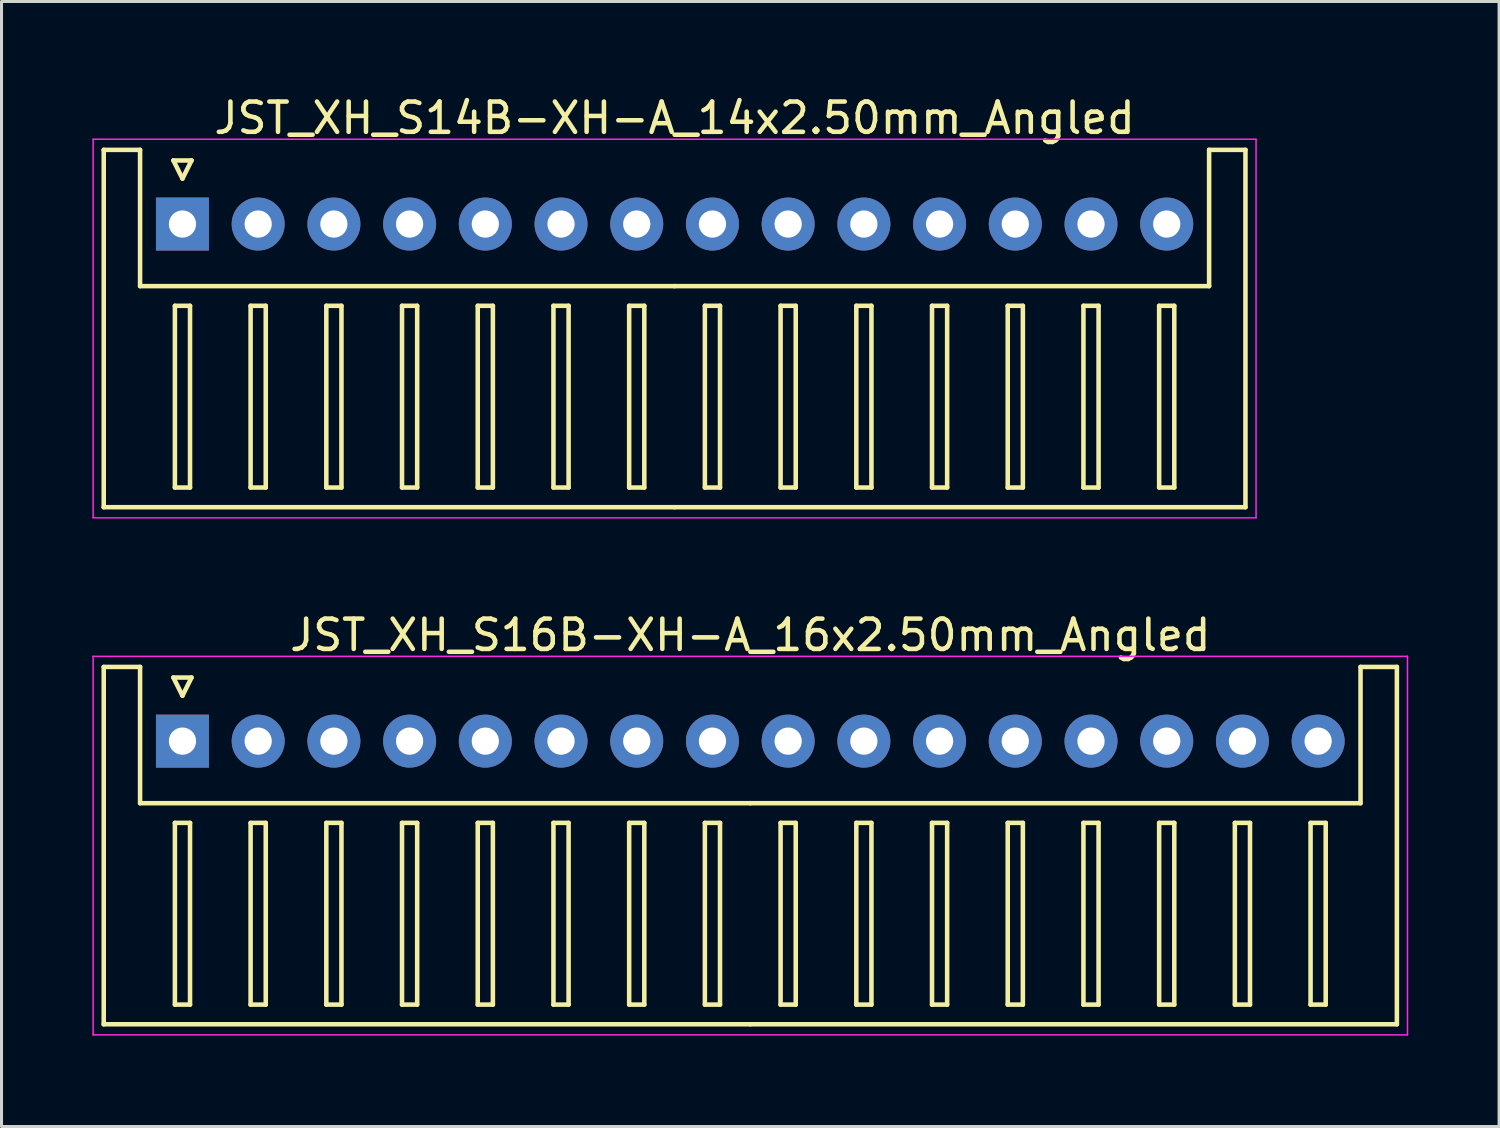
<source format=kicad_pcb>
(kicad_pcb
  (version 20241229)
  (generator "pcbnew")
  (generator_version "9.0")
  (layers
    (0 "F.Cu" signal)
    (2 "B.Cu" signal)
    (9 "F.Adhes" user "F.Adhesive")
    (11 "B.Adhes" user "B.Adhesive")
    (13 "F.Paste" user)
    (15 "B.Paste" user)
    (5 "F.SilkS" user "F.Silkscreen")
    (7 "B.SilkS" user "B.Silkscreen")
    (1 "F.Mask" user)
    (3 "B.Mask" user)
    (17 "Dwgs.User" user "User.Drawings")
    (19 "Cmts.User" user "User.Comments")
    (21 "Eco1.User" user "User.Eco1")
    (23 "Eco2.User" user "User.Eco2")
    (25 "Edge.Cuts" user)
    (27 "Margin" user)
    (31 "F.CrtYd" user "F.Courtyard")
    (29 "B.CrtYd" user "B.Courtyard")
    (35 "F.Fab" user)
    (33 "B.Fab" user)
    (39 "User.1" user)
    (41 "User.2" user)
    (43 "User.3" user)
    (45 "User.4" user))
  (footprint "JST_XH_S14B-XH-A_14x2.50mm_Angled"
    (layer "F.Cu")
    (at 2.975 4.348)
    (property "Reference" "JST_XH_S14B-XH-A_14x2.50mm_Angled" (at 16.25 -3.5 0) (layer "F.SilkS") (effects (font (size 1 1) (thickness 0.15))))
    (attr through_hole)
    (fp_line (start -2.6 -2.45) (end -1.4 -2.45) (stroke (width 0.15) (type solid)) (layer "F.SilkS"))
    (fp_line (start -2.6 9.35) (end -2.6 -2.45) (stroke (width 0.15) (type solid)) (layer "F.SilkS"))
    (fp_line (start -1.4 -2.45) (end -1.4 2.05) (stroke (width 0.15) (type solid)) (layer "F.SilkS"))
    (fp_line (start -1.4 2.05) (end 16.25 2.05) (stroke (width 0.15) (type solid)) (layer "F.SilkS"))
    (fp_line (start -0.3 -2.1) (end 0.3 -2.1) (stroke (width 0.15) (type solid)) (layer "F.SilkS"))
    (fp_line (start -0.25 2.7) (end -0.25 8.7) (stroke (width 0.15) (type solid)) (layer "F.SilkS"))
    (fp_line (start -0.25 8.7) (end 0.25 8.7) (stroke (width 0.15) (type solid)) (layer "F.SilkS"))
    (fp_line (start 0 -1.5) (end -0.3 -2.1) (stroke (width 0.15) (type solid)) (layer "F.SilkS"))
    (fp_line (start 0.25 2.7) (end -0.25 2.7) (stroke (width 0.15) (type solid)) (layer "F.SilkS"))
    (fp_line (start 0.25 8.7) (end 0.25 2.7) (stroke (width 0.15) (type solid)) (layer "F.SilkS"))
    (fp_line (start 0.3 -2.1) (end 0 -1.5) (stroke (width 0.15) (type solid)) (layer "F.SilkS"))
    (fp_line (start 2.25 2.7) (end 2.25 8.7) (stroke (width 0.15) (type solid)) (layer "F.SilkS"))
    (fp_line (start 2.25 8.7) (end 2.75 8.7) (stroke (width 0.15) (type solid)) (layer "F.SilkS"))
    (fp_line (start 2.75 2.7) (end 2.25 2.7) (stroke (width 0.15) (type solid)) (layer "F.SilkS"))
    (fp_line (start 2.75 8.7) (end 2.75 2.7) (stroke (width 0.15) (type solid)) (layer "F.SilkS"))
    (fp_line (start 4.75 2.7) (end 4.75 8.7) (stroke (width 0.15) (type solid)) (layer "F.SilkS"))
    (fp_line (start 4.75 8.7) (end 5.25 8.7) (stroke (width 0.15) (type solid)) (layer "F.SilkS"))
    (fp_line (start 5.25 2.7) (end 4.75 2.7) (stroke (width 0.15) (type solid)) (layer "F.SilkS"))
    (fp_line (start 5.25 8.7) (end 5.25 2.7) (stroke (width 0.15) (type solid)) (layer "F.SilkS"))
    (fp_line (start 7.25 2.7) (end 7.25 8.7) (stroke (width 0.15) (type solid)) (layer "F.SilkS"))
    (fp_line (start 7.25 8.7) (end 7.75 8.7) (stroke (width 0.15) (type solid)) (layer "F.SilkS"))
    (fp_line (start 7.75 2.7) (end 7.25 2.7) (stroke (width 0.15) (type solid)) (layer "F.SilkS"))
    (fp_line (start 7.75 8.7) (end 7.75 2.7) (stroke (width 0.15) (type solid)) (layer "F.SilkS"))
    (fp_line (start 9.75 2.7) (end 9.75 8.7) (stroke (width 0.15) (type solid)) (layer "F.SilkS"))
    (fp_line (start 9.75 8.7) (end 10.25 8.7) (stroke (width 0.15) (type solid)) (layer "F.SilkS"))
    (fp_line (start 10.25 2.7) (end 9.75 2.7) (stroke (width 0.15) (type solid)) (layer "F.SilkS"))
    (fp_line (start 10.25 8.7) (end 10.25 2.7) (stroke (width 0.15) (type solid)) (layer "F.SilkS"))
    (fp_line (start 12.25 2.7) (end 12.25 8.7) (stroke (width 0.15) (type solid)) (layer "F.SilkS"))
    (fp_line (start 12.25 8.7) (end 12.75 8.7) (stroke (width 0.15) (type solid)) (layer "F.SilkS"))
    (fp_line (start 12.75 2.7) (end 12.25 2.7) (stroke (width 0.15) (type solid)) (layer "F.SilkS"))
    (fp_line (start 12.75 8.7) (end 12.75 2.7) (stroke (width 0.15) (type solid)) (layer "F.SilkS"))
    (fp_line (start 14.75 2.7) (end 14.75 8.7) (stroke (width 0.15) (type solid)) (layer "F.SilkS"))
    (fp_line (start 14.75 8.7) (end 15.25 8.7) (stroke (width 0.15) (type solid)) (layer "F.SilkS"))
    (fp_line (start 15.25 2.7) (end 14.75 2.7) (stroke (width 0.15) (type solid)) (layer "F.SilkS"))
    (fp_line (start 15.25 8.7) (end 15.25 2.7) (stroke (width 0.15) (type solid)) (layer "F.SilkS"))
    (fp_line (start 16.25 9.35) (end -2.6 9.35) (stroke (width 0.15) (type solid)) (layer "F.SilkS"))
    (fp_line (start 16.25 9.35) (end 35.1 9.35) (stroke (width 0.15) (type solid)) (layer "F.SilkS"))
    (fp_line (start 17.25 2.7) (end 17.25 8.7) (stroke (width 0.15) (type solid)) (layer "F.SilkS"))
    (fp_line (start 17.25 8.7) (end 17.75 8.7) (stroke (width 0.15) (type solid)) (layer "F.SilkS"))
    (fp_line (start 17.75 2.7) (end 17.25 2.7) (stroke (width 0.15) (type solid)) (layer "F.SilkS"))
    (fp_line (start 17.75 8.7) (end 17.75 2.7) (stroke (width 0.15) (type solid)) (layer "F.SilkS"))
    (fp_line (start 19.75 2.7) (end 19.75 8.7) (stroke (width 0.15) (type solid)) (layer "F.SilkS"))
    (fp_line (start 19.75 8.7) (end 20.25 8.7) (stroke (width 0.15) (type solid)) (layer "F.SilkS"))
    (fp_line (start 20.25 2.7) (end 19.75 2.7) (stroke (width 0.15) (type solid)) (layer "F.SilkS"))
    (fp_line (start 20.25 8.7) (end 20.25 2.7) (stroke (width 0.15) (type solid)) (layer "F.SilkS"))
    (fp_line (start 22.25 2.7) (end 22.25 8.7) (stroke (width 0.15) (type solid)) (layer "F.SilkS"))
    (fp_line (start 22.25 8.7) (end 22.75 8.7) (stroke (width 0.15) (type solid)) (layer "F.SilkS"))
    (fp_line (start 22.75 2.7) (end 22.25 2.7) (stroke (width 0.15) (type solid)) (layer "F.SilkS"))
    (fp_line (start 22.75 8.7) (end 22.75 2.7) (stroke (width 0.15) (type solid)) (layer "F.SilkS"))
    (fp_line (start 24.75 2.7) (end 24.75 8.7) (stroke (width 0.15) (type solid)) (layer "F.SilkS"))
    (fp_line (start 24.75 8.7) (end 25.25 8.7) (stroke (width 0.15) (type solid)) (layer "F.SilkS"))
    (fp_line (start 25.25 2.7) (end 24.75 2.7) (stroke (width 0.15) (type solid)) (layer "F.SilkS"))
    (fp_line (start 25.25 8.7) (end 25.25 2.7) (stroke (width 0.15) (type solid)) (layer "F.SilkS"))
    (fp_line (start 27.25 2.7) (end 27.25 8.7) (stroke (width 0.15) (type solid)) (layer "F.SilkS"))
    (fp_line (start 27.25 8.7) (end 27.75 8.7) (stroke (width 0.15) (type solid)) (layer "F.SilkS"))
    (fp_line (start 27.75 2.7) (end 27.25 2.7) (stroke (width 0.15) (type solid)) (layer "F.SilkS"))
    (fp_line (start 27.75 8.7) (end 27.75 2.7) (stroke (width 0.15) (type solid)) (layer "F.SilkS"))
    (fp_line (start 29.75 2.7) (end 29.75 8.7) (stroke (width 0.15) (type solid)) (layer "F.SilkS"))
    (fp_line (start 29.75 8.7) (end 30.25 8.7) (stroke (width 0.15) (type solid)) (layer "F.SilkS"))
    (fp_line (start 30.25 2.7) (end 29.75 2.7) (stroke (width 0.15) (type solid)) (layer "F.SilkS"))
    (fp_line (start 30.25 8.7) (end 30.25 2.7) (stroke (width 0.15) (type solid)) (layer "F.SilkS"))
    (fp_line (start 32.25 2.7) (end 32.25 8.7) (stroke (width 0.15) (type solid)) (layer "F.SilkS"))
    (fp_line (start 32.25 8.7) (end 32.75 8.7) (stroke (width 0.15) (type solid)) (layer "F.SilkS"))
    (fp_line (start 32.75 2.7) (end 32.25 2.7) (stroke (width 0.15) (type solid)) (layer "F.SilkS"))
    (fp_line (start 32.75 8.7) (end 32.75 2.7) (stroke (width 0.15) (type solid)) (layer "F.SilkS"))
    (fp_line (start 33.9 -2.45) (end 33.9 2.05) (stroke (width 0.15) (type solid)) (layer "F.SilkS"))
    (fp_line (start 33.9 2.05) (end 16.25 2.05) (stroke (width 0.15) (type solid)) (layer "F.SilkS"))
    (fp_line (start 35.1 -2.45) (end 33.9 -2.45) (stroke (width 0.15) (type solid)) (layer "F.SilkS"))
    (fp_line (start 35.1 9.35) (end 35.1 -2.45) (stroke (width 0.15) (type solid)) (layer "F.SilkS"))
    (fp_line (start -2.95 -2.8) (end -2.95 9.7) (stroke (width 0.05) (type solid)) (layer "F.CrtYd"))
    (fp_line (start -2.95 9.7) (end 35.45 9.7) (stroke (width 0.05) (type solid)) (layer "F.CrtYd"))
    (fp_line (start 35.45 -2.8) (end -2.95 -2.8) (stroke (width 0.05) (type solid)) (layer "F.CrtYd"))
    (fp_line (start 35.45 9.7) (end 35.45 -2.8) (stroke (width 0.05) (type solid)) (layer "F.CrtYd"))
    (pad "1" thru_hole rect (at 0 0) (size 1.75 1.75) (drill 0.9) (layers "*.Cu" "*.Mask"))
    (pad "2" thru_hole circle (at 2.5 0) (size 1.75 1.75) (drill 0.9) (layers "*.Cu" "*.Mask"))
    (pad "3" thru_hole circle (at 5 0) (size 1.75 1.75) (drill 0.9) (layers "*.Cu" "*.Mask"))
    (pad "4" thru_hole circle (at 7.5 0) (size 1.75 1.75) (drill 0.9) (layers "*.Cu" "*.Mask"))
    (pad "5" thru_hole circle (at 10 0) (size 1.75 1.75) (drill 0.9) (layers "*.Cu" "*.Mask"))
    (pad "6" thru_hole circle (at 12.5 0) (size 1.75 1.75) (drill 0.9) (layers "*.Cu" "*.Mask"))
    (pad "7" thru_hole circle (at 15 0) (size 1.75 1.75) (drill 0.9) (layers "*.Cu" "*.Mask"))
    (pad "8" thru_hole circle (at 17.5 0) (size 1.75 1.75) (drill 0.9) (layers "*.Cu" "*.Mask"))
    (pad "9" thru_hole circle (at 20 0) (size 1.75 1.75) (drill 0.9) (layers "*.Cu" "*.Mask"))
    (pad "10" thru_hole circle (at 22.5 0) (size 1.75 1.75) (drill 0.9) (layers "*.Cu" "*.Mask"))
    (pad "11" thru_hole circle (at 25 0) (size 1.75 1.75) (drill 0.9) (layers "*.Cu" "*.Mask"))
    (pad "12" thru_hole circle (at 27.5 0) (size 1.75 1.75) (drill 0.9) (layers "*.Cu" "*.Mask"))
    (pad "13" thru_hole circle (at 30 0) (size 1.75 1.75) (drill 0.9) (layers "*.Cu" "*.Mask"))
    (pad "14" thru_hole circle (at 32.5 0) (size 1.75 1.75) (drill 0.9) (layers "*.Cu" "*.Mask")))
  (footprint "JST_XH_S16B-XH-A_16x2.50mm_Angled"
    (layer "F.Cu")
    (at 2.975 21.422)
    (property "Reference" "JST_XH_S16B-XH-A_16x2.50mm_Angled" (at 18.75 -3.5 0) (layer "F.SilkS") (effects (font (size 1 1) (thickness 0.15))))
    (attr through_hole)
    (fp_line (start -2.6 -2.45) (end -1.4 -2.45) (stroke (width 0.15) (type solid)) (layer "F.SilkS"))
    (fp_line (start -2.6 9.35) (end -2.6 -2.45) (stroke (width 0.15) (type solid)) (layer "F.SilkS"))
    (fp_line (start -1.4 -2.45) (end -1.4 2.05) (stroke (width 0.15) (type solid)) (layer "F.SilkS"))
    (fp_line (start -1.4 2.05) (end 18.75 2.05) (stroke (width 0.15) (type solid)) (layer "F.SilkS"))
    (fp_line (start -0.3 -2.1) (end 0.3 -2.1) (stroke (width 0.15) (type solid)) (layer "F.SilkS"))
    (fp_line (start -0.25 2.7) (end -0.25 8.7) (stroke (width 0.15) (type solid)) (layer "F.SilkS"))
    (fp_line (start -0.25 8.7) (end 0.25 8.7) (stroke (width 0.15) (type solid)) (layer "F.SilkS"))
    (fp_line (start 0 -1.5) (end -0.3 -2.1) (stroke (width 0.15) (type solid)) (layer "F.SilkS"))
    (fp_line (start 0.25 2.7) (end -0.25 2.7) (stroke (width 0.15) (type solid)) (layer "F.SilkS"))
    (fp_line (start 0.25 8.7) (end 0.25 2.7) (stroke (width 0.15) (type solid)) (layer "F.SilkS"))
    (fp_line (start 0.3 -2.1) (end 0 -1.5) (stroke (width 0.15) (type solid)) (layer "F.SilkS"))
    (fp_line (start 2.25 2.7) (end 2.25 8.7) (stroke (width 0.15) (type solid)) (layer "F.SilkS"))
    (fp_line (start 2.25 8.7) (end 2.75 8.7) (stroke (width 0.15) (type solid)) (layer "F.SilkS"))
    (fp_line (start 2.75 2.7) (end 2.25 2.7) (stroke (width 0.15) (type solid)) (layer "F.SilkS"))
    (fp_line (start 2.75 8.7) (end 2.75 2.7) (stroke (width 0.15) (type solid)) (layer "F.SilkS"))
    (fp_line (start 4.75 2.7) (end 4.75 8.7) (stroke (width 0.15) (type solid)) (layer "F.SilkS"))
    (fp_line (start 4.75 8.7) (end 5.25 8.7) (stroke (width 0.15) (type solid)) (layer "F.SilkS"))
    (fp_line (start 5.25 2.7) (end 4.75 2.7) (stroke (width 0.15) (type solid)) (layer "F.SilkS"))
    (fp_line (start 5.25 8.7) (end 5.25 2.7) (stroke (width 0.15) (type solid)) (layer "F.SilkS"))
    (fp_line (start 7.25 2.7) (end 7.25 8.7) (stroke (width 0.15) (type solid)) (layer "F.SilkS"))
    (fp_line (start 7.25 8.7) (end 7.75 8.7) (stroke (width 0.15) (type solid)) (layer "F.SilkS"))
    (fp_line (start 7.75 2.7) (end 7.25 2.7) (stroke (width 0.15) (type solid)) (layer "F.SilkS"))
    (fp_line (start 7.75 8.7) (end 7.75 2.7) (stroke (width 0.15) (type solid)) (layer "F.SilkS"))
    (fp_line (start 9.75 2.7) (end 9.75 8.7) (stroke (width 0.15) (type solid)) (layer "F.SilkS"))
    (fp_line (start 9.75 8.7) (end 10.25 8.7) (stroke (width 0.15) (type solid)) (layer "F.SilkS"))
    (fp_line (start 10.25 2.7) (end 9.75 2.7) (stroke (width 0.15) (type solid)) (layer "F.SilkS"))
    (fp_line (start 10.25 8.7) (end 10.25 2.7) (stroke (width 0.15) (type solid)) (layer "F.SilkS"))
    (fp_line (start 12.25 2.7) (end 12.25 8.7) (stroke (width 0.15) (type solid)) (layer "F.SilkS"))
    (fp_line (start 12.25 8.7) (end 12.75 8.7) (stroke (width 0.15) (type solid)) (layer "F.SilkS"))
    (fp_line (start 12.75 2.7) (end 12.25 2.7) (stroke (width 0.15) (type solid)) (layer "F.SilkS"))
    (fp_line (start 12.75 8.7) (end 12.75 2.7) (stroke (width 0.15) (type solid)) (layer "F.SilkS"))
    (fp_line (start 14.75 2.7) (end 14.75 8.7) (stroke (width 0.15) (type solid)) (layer "F.SilkS"))
    (fp_line (start 14.75 8.7) (end 15.25 8.7) (stroke (width 0.15) (type solid)) (layer "F.SilkS"))
    (fp_line (start 15.25 2.7) (end 14.75 2.7) (stroke (width 0.15) (type solid)) (layer "F.SilkS"))
    (fp_line (start 15.25 8.7) (end 15.25 2.7) (stroke (width 0.15) (type solid)) (layer "F.SilkS"))
    (fp_line (start 17.25 2.7) (end 17.25 8.7) (stroke (width 0.15) (type solid)) (layer "F.SilkS"))
    (fp_line (start 17.25 8.7) (end 17.75 8.7) (stroke (width 0.15) (type solid)) (layer "F.SilkS"))
    (fp_line (start 17.75 2.7) (end 17.25 2.7) (stroke (width 0.15) (type solid)) (layer "F.SilkS"))
    (fp_line (start 17.75 8.7) (end 17.75 2.7) (stroke (width 0.15) (type solid)) (layer "F.SilkS"))
    (fp_line (start 18.75 9.35) (end -2.6 9.35) (stroke (width 0.15) (type solid)) (layer "F.SilkS"))
    (fp_line (start 18.75 9.35) (end 40.1 9.35) (stroke (width 0.15) (type solid)) (layer "F.SilkS"))
    (fp_line (start 19.75 2.7) (end 19.75 8.7) (stroke (width 0.15) (type solid)) (layer "F.SilkS"))
    (fp_line (start 19.75 8.7) (end 20.25 8.7) (stroke (width 0.15) (type solid)) (layer "F.SilkS"))
    (fp_line (start 20.25 2.7) (end 19.75 2.7) (stroke (width 0.15) (type solid)) (layer "F.SilkS"))
    (fp_line (start 20.25 8.7) (end 20.25 2.7) (stroke (width 0.15) (type solid)) (layer "F.SilkS"))
    (fp_line (start 22.25 2.7) (end 22.25 8.7) (stroke (width 0.15) (type solid)) (layer "F.SilkS"))
    (fp_line (start 22.25 8.7) (end 22.75 8.7) (stroke (width 0.15) (type solid)) (layer "F.SilkS"))
    (fp_line (start 22.75 2.7) (end 22.25 2.7) (stroke (width 0.15) (type solid)) (layer "F.SilkS"))
    (fp_line (start 22.75 8.7) (end 22.75 2.7) (stroke (width 0.15) (type solid)) (layer "F.SilkS"))
    (fp_line (start 24.75 2.7) (end 24.75 8.7) (stroke (width 0.15) (type solid)) (layer "F.SilkS"))
    (fp_line (start 24.75 8.7) (end 25.25 8.7) (stroke (width 0.15) (type solid)) (layer "F.SilkS"))
    (fp_line (start 25.25 2.7) (end 24.75 2.7) (stroke (width 0.15) (type solid)) (layer "F.SilkS"))
    (fp_line (start 25.25 8.7) (end 25.25 2.7) (stroke (width 0.15) (type solid)) (layer "F.SilkS"))
    (fp_line (start 27.25 2.7) (end 27.25 8.7) (stroke (width 0.15) (type solid)) (layer "F.SilkS"))
    (fp_line (start 27.25 8.7) (end 27.75 8.7) (stroke (width 0.15) (type solid)) (layer "F.SilkS"))
    (fp_line (start 27.75 2.7) (end 27.25 2.7) (stroke (width 0.15) (type solid)) (layer "F.SilkS"))
    (fp_line (start 27.75 8.7) (end 27.75 2.7) (stroke (width 0.15) (type solid)) (layer "F.SilkS"))
    (fp_line (start 29.75 2.7) (end 29.75 8.7) (stroke (width 0.15) (type solid)) (layer "F.SilkS"))
    (fp_line (start 29.75 8.7) (end 30.25 8.7) (stroke (width 0.15) (type solid)) (layer "F.SilkS"))
    (fp_line (start 30.25 2.7) (end 29.75 2.7) (stroke (width 0.15) (type solid)) (layer "F.SilkS"))
    (fp_line (start 30.25 8.7) (end 30.25 2.7) (stroke (width 0.15) (type solid)) (layer "F.SilkS"))
    (fp_line (start 32.25 2.7) (end 32.25 8.7) (stroke (width 0.15) (type solid)) (layer "F.SilkS"))
    (fp_line (start 32.25 8.7) (end 32.75 8.7) (stroke (width 0.15) (type solid)) (layer "F.SilkS"))
    (fp_line (start 32.75 2.7) (end 32.25 2.7) (stroke (width 0.15) (type solid)) (layer "F.SilkS"))
    (fp_line (start 32.75 8.7) (end 32.75 2.7) (stroke (width 0.15) (type solid)) (layer "F.SilkS"))
    (fp_line (start 34.75 2.7) (end 34.75 8.7) (stroke (width 0.15) (type solid)) (layer "F.SilkS"))
    (fp_line (start 34.75 8.7) (end 35.25 8.7) (stroke (width 0.15) (type solid)) (layer "F.SilkS"))
    (fp_line (start 35.25 2.7) (end 34.75 2.7) (stroke (width 0.15) (type solid)) (layer "F.SilkS"))
    (fp_line (start 35.25 8.7) (end 35.25 2.7) (stroke (width 0.15) (type solid)) (layer "F.SilkS"))
    (fp_line (start 37.25 2.7) (end 37.25 8.7) (stroke (width 0.15) (type solid)) (layer "F.SilkS"))
    (fp_line (start 37.25 8.7) (end 37.75 8.7) (stroke (width 0.15) (type solid)) (layer "F.SilkS"))
    (fp_line (start 37.75 2.7) (end 37.25 2.7) (stroke (width 0.15) (type solid)) (layer "F.SilkS"))
    (fp_line (start 37.75 8.7) (end 37.75 2.7) (stroke (width 0.15) (type solid)) (layer "F.SilkS"))
    (fp_line (start 38.9 -2.45) (end 38.9 2.05) (stroke (width 0.15) (type solid)) (layer "F.SilkS"))
    (fp_line (start 38.9 2.05) (end 18.75 2.05) (stroke (width 0.15) (type solid)) (layer "F.SilkS"))
    (fp_line (start 40.1 -2.45) (end 38.9 -2.45) (stroke (width 0.15) (type solid)) (layer "F.SilkS"))
    (fp_line (start 40.1 9.35) (end 40.1 -2.45) (stroke (width 0.15) (type solid)) (layer "F.SilkS"))
    (fp_line (start -2.95 -2.8) (end -2.95 9.7) (stroke (width 0.05) (type solid)) (layer "F.CrtYd"))
    (fp_line (start -2.95 9.7) (end 40.45 9.7) (stroke (width 0.05) (type solid)) (layer "F.CrtYd"))
    (fp_line (start 40.45 -2.8) (end -2.95 -2.8) (stroke (width 0.05) (type solid)) (layer "F.CrtYd"))
    (fp_line (start 40.45 9.7) (end 40.45 -2.8) (stroke (width 0.05) (type solid)) (layer "F.CrtYd"))
    (pad "1" thru_hole rect (at 0 0) (size 1.75 1.75) (drill 0.9) (layers "*.Cu" "*.Mask"))
    (pad "2" thru_hole circle (at 2.5 0) (size 1.75 1.75) (drill 0.9) (layers "*.Cu" "*.Mask"))
    (pad "3" thru_hole circle (at 5 0) (size 1.75 1.75) (drill 0.9) (layers "*.Cu" "*.Mask"))
    (pad "4" thru_hole circle (at 7.5 0) (size 1.75 1.75) (drill 0.9) (layers "*.Cu" "*.Mask"))
    (pad "5" thru_hole circle (at 10 0) (size 1.75 1.75) (drill 0.9) (layers "*.Cu" "*.Mask"))
    (pad "6" thru_hole circle (at 12.5 0) (size 1.75 1.75) (drill 0.9) (layers "*.Cu" "*.Mask"))
    (pad "7" thru_hole circle (at 15 0) (size 1.75 1.75) (drill 0.9) (layers "*.Cu" "*.Mask"))
    (pad "8" thru_hole circle (at 17.5 0) (size 1.75 1.75) (drill 0.9) (layers "*.Cu" "*.Mask"))
    (pad "9" thru_hole circle (at 20 0) (size 1.75 1.75) (drill 0.9) (layers "*.Cu" "*.Mask"))
    (pad "10" thru_hole circle (at 22.5 0) (size 1.75 1.75) (drill 0.9) (layers "*.Cu" "*.Mask"))
    (pad "11" thru_hole circle (at 25 0) (size 1.75 1.75) (drill 0.9) (layers "*.Cu" "*.Mask"))
    (pad "12" thru_hole circle (at 27.5 0) (size 1.75 1.75) (drill 0.9) (layers "*.Cu" "*.Mask"))
    (pad "13" thru_hole circle (at 30 0) (size 1.75 1.75) (drill 0.9) (layers "*.Cu" "*.Mask"))
    (pad "14" thru_hole circle (at 32.5 0) (size 1.75 1.75) (drill 0.9) (layers "*.Cu" "*.Mask"))
    (pad "15" thru_hole circle (at 35 0) (size 1.75 1.75) (drill 0.9) (layers "*.Cu" "*.Mask"))
    (pad "16" thru_hole circle (at 37.5 0) (size 1.75 1.75) (drill 0.9) (layers "*.Cu" "*.Mask")))
  (gr_rect
    (start -3 -3)
    (end 46.45 34.147)
    (stroke (width 0.1) (type default))
    (fill no)
    (layer "Edge.Cuts")))
</source>
